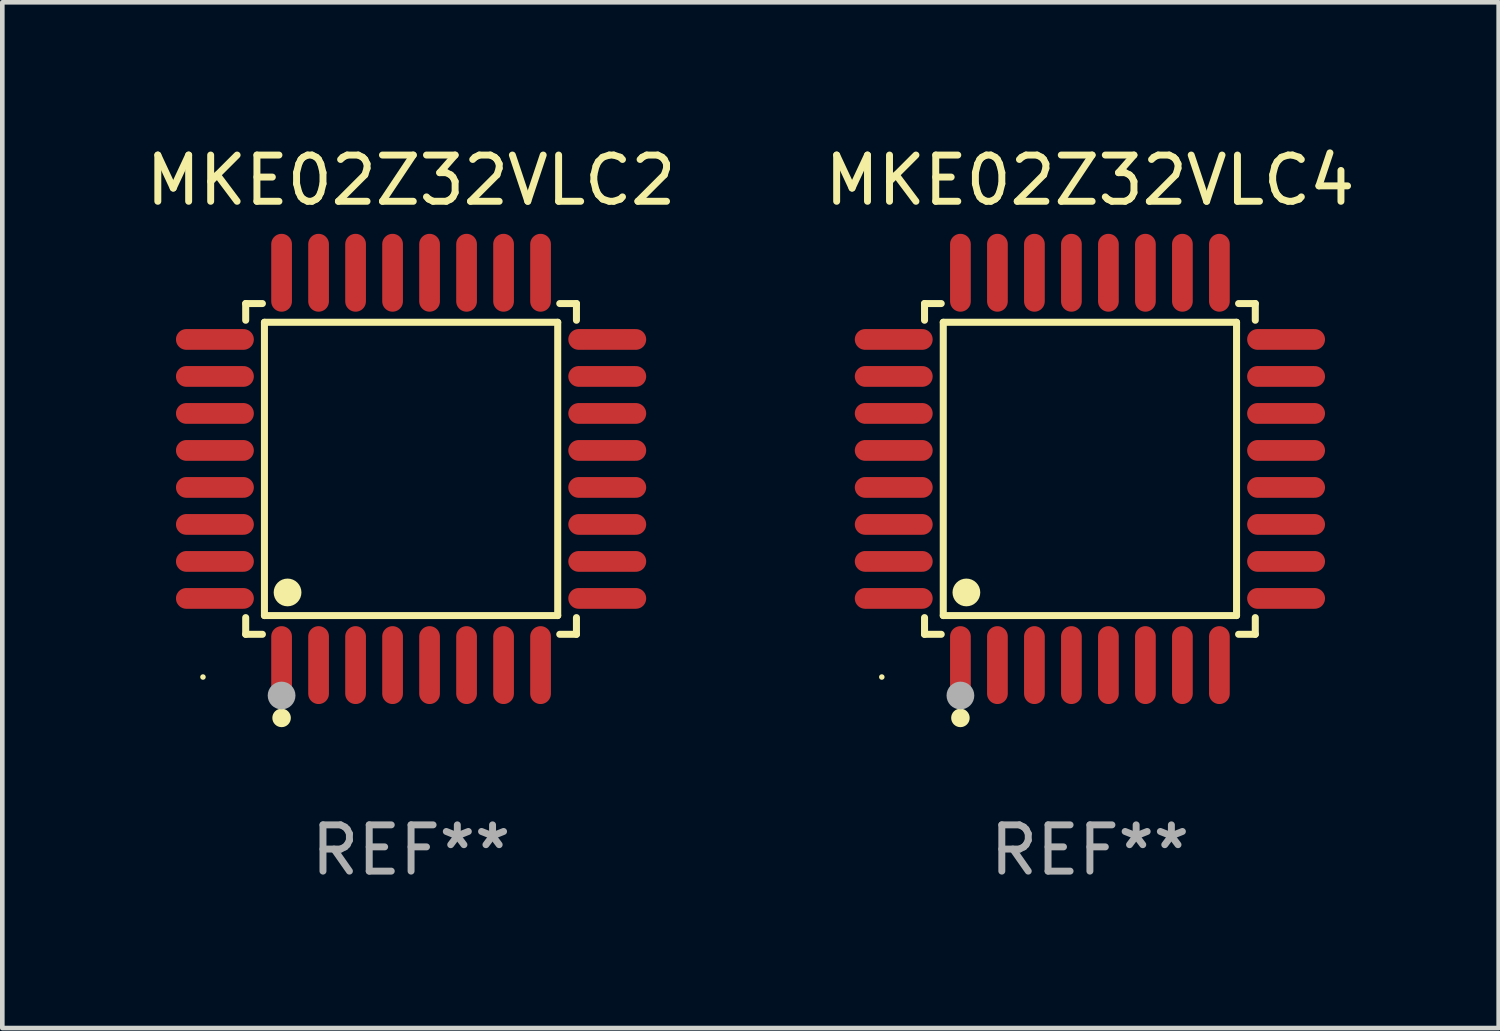
<source format=kicad_pcb>
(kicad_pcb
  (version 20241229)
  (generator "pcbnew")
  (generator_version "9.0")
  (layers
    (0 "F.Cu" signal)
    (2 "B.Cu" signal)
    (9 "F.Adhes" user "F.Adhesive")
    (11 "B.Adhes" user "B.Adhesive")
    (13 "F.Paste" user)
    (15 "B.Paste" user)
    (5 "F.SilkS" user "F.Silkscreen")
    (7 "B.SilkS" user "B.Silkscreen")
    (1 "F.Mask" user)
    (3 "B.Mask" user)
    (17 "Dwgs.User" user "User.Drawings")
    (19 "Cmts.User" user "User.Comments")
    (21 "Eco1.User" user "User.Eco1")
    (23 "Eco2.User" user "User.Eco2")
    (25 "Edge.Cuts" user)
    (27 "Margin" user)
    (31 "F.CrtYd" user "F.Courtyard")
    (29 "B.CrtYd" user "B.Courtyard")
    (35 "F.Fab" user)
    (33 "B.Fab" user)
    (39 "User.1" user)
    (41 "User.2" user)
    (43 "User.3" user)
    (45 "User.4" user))
  (footprint "MKE02Z32VLC4"
    (layer "F.Cu")
    (at 20.518 7.09)
    (property "Reference" "MKE02Z32VLC4" (at 0 -6.242 0) (layer "F.SilkS") (effects (font (size 1 1) (thickness 0.15))))
    (attr through_hole)
    (fp_line (start -3.576 -3.576) (end -3.215 -3.576) (stroke (width 0.152) (type solid)) (layer "F.SilkS"))
    (fp_line (start -3.576 -3.215) (end -3.576 -3.576) (stroke (width 0.152) (type solid)) (layer "F.SilkS"))
    (fp_line (start -3.576 3.215) (end -3.576 3.576) (stroke (width 0.152) (type solid)) (layer "F.SilkS"))
    (fp_line (start -3.576 3.576) (end -3.215 3.576) (stroke (width 0.152) (type solid)) (layer "F.SilkS"))
    (fp_line (start -3.171 -3.171) (end 3.171 -3.171) (stroke (width 0.152) (type solid)) (layer "F.SilkS"))
    (fp_line (start -3.171 3.171) (end -3.171 -3.171) (stroke (width 0.152) (type solid)) (layer "F.SilkS"))
    (fp_line (start 3.171 -3.171) (end 3.171 3.171) (stroke (width 0.152) (type solid)) (layer "F.SilkS"))
    (fp_line (start 3.171 3.171) (end -3.171 3.171) (stroke (width 0.152) (type solid)) (layer "F.SilkS"))
    (fp_line (start 3.576 -3.576) (end 3.215 -3.576) (stroke (width 0.152) (type solid)) (layer "F.SilkS"))
    (fp_line (start 3.576 -3.215) (end 3.576 -3.576) (stroke (width 0.152) (type solid)) (layer "F.SilkS"))
    (fp_line (start 3.576 3.215) (end 3.576 3.576) (stroke (width 0.152) (type solid)) (layer "F.SilkS"))
    (fp_line (start 3.576 3.576) (end 3.215 3.576) (stroke (width 0.152) (type solid)) (layer "F.SilkS"))
    (fp_circle (center -4.5 4.5) (end -4.47 4.5) (stroke (width 0.06) (type solid)) (fill no) (layer "F.SilkS"))
    (fp_circle (center -2.8 5.384) (end -2.7 5.384) (stroke (width 0.2) (type solid)) (fill no) (layer "F.SilkS"))
    (fp_circle (center -2.671 2.671) (end -2.521 2.671) (stroke (width 0.3) (type solid)) (fill no) (layer "F.SilkS"))
    (fp_circle (center -2.8 4.9) (end -2.65 4.9) (stroke (width 0.3) (type solid)) (fill no) (layer "F.Fab"))
    (fp_text user "REF**" (at 0 8.242 0) (layer "F.Fab") (effects (font (size 1 1) (thickness 0.15))))
    (pad "1" smd oval (at -2.8 4.242) (size 0.448 1.684) (layers "F.Cu" "F.Mask" "F.Paste"))
    (pad "2" smd oval (at -2 4.242) (size 0.448 1.684) (layers "F.Cu" "F.Mask" "F.Paste"))
    (pad "3" smd oval (at -1.2 4.242) (size 0.448 1.684) (layers "F.Cu" "F.Mask" "F.Paste"))
    (pad "4" smd oval (at -0.4 4.242) (size 0.448 1.684) (layers "F.Cu" "F.Mask" "F.Paste"))
    (pad "5" smd oval (at 0.4 4.242) (size 0.448 1.684) (layers "F.Cu" "F.Mask" "F.Paste"))
    (pad "6" smd oval (at 1.2 4.242) (size 0.448 1.684) (layers "F.Cu" "F.Mask" "F.Paste"))
    (pad "7" smd oval (at 2 4.242) (size 0.448 1.684) (layers "F.Cu" "F.Mask" "F.Paste"))
    (pad "8" smd oval (at 2.8 4.242) (size 0.448 1.684) (layers "F.Cu" "F.Mask" "F.Paste"))
    (pad "9" smd oval (at 4.242 2.8) (size 1.684 0.448) (layers "F.Cu" "F.Mask" "F.Paste"))
    (pad "10" smd oval (at 4.242 2) (size 1.684 0.448) (layers "F.Cu" "F.Mask" "F.Paste"))
    (pad "11" smd oval (at 4.242 1.2) (size 1.684 0.448) (layers "F.Cu" "F.Mask" "F.Paste"))
    (pad "12" smd oval (at 4.242 0.4) (size 1.684 0.448) (layers "F.Cu" "F.Mask" "F.Paste"))
    (pad "13" smd oval (at 4.242 -0.4) (size 1.684 0.448) (layers "F.Cu" "F.Mask" "F.Paste"))
    (pad "14" smd oval (at 4.242 -1.2) (size 1.684 0.448) (layers "F.Cu" "F.Mask" "F.Paste"))
    (pad "15" smd oval (at 4.242 -2) (size 1.684 0.448) (layers "F.Cu" "F.Mask" "F.Paste"))
    (pad "16" smd oval (at 4.242 -2.8) (size 1.684 0.448) (layers "F.Cu" "F.Mask" "F.Paste"))
    (pad "17" smd oval (at 2.8 -4.242) (size 0.448 1.684) (layers "F.Cu" "F.Mask" "F.Paste"))
    (pad "18" smd oval (at 2 -4.242) (size 0.448 1.684) (layers "F.Cu" "F.Mask" "F.Paste"))
    (pad "19" smd oval (at 1.2 -4.242) (size 0.448 1.684) (layers "F.Cu" "F.Mask" "F.Paste"))
    (pad "20" smd oval (at 0.4 -4.242) (size 0.448 1.684) (layers "F.Cu" "F.Mask" "F.Paste"))
    (pad "21" smd oval (at -0.4 -4.242) (size 0.448 1.684) (layers "F.Cu" "F.Mask" "F.Paste"))
    (pad "22" smd oval (at -1.2 -4.242) (size 0.448 1.684) (layers "F.Cu" "F.Mask" "F.Paste"))
    (pad "23" smd oval (at -2 -4.242) (size 0.448 1.684) (layers "F.Cu" "F.Mask" "F.Paste"))
    (pad "24" smd oval (at -2.8 -4.242) (size 0.448 1.684) (layers "F.Cu" "F.Mask" "F.Paste"))
    (pad "25" smd oval (at -4.242 -2.8) (size 1.684 0.448) (layers "F.Cu" "F.Mask" "F.Paste"))
    (pad "26" smd oval (at -4.242 -2) (size 1.684 0.448) (layers "F.Cu" "F.Mask" "F.Paste"))
    (pad "27" smd oval (at -4.242 -1.2) (size 1.684 0.448) (layers "F.Cu" "F.Mask" "F.Paste"))
    (pad "28" smd oval (at -4.242 -0.4) (size 1.684 0.448) (layers "F.Cu" "F.Mask" "F.Paste"))
    (pad "29" smd oval (at -4.242 0.4) (size 1.684 0.448) (layers "F.Cu" "F.Mask" "F.Paste"))
    (pad "30" smd oval (at -4.242 1.2) (size 1.684 0.448) (layers "F.Cu" "F.Mask" "F.Paste"))
    (pad "31" smd oval (at -4.242 2) (size 1.684 0.448) (layers "F.Cu" "F.Mask" "F.Paste"))
    (pad "32" smd oval (at -4.242 2.8) (size 1.684 0.448) (layers "F.Cu" "F.Mask" "F.Paste")))
  (footprint "MKE02Z32VLC2"
    (layer "F.Cu")
    (at 5.839 7.09)
    (property "Reference" "MKE02Z32VLC2" (at 0 -6.242 0) (layer "F.SilkS") (effects (font (size 1 1) (thickness 0.15))))
    (attr through_hole)
    (fp_line (start -3.576 -3.576) (end -3.215 -3.576) (stroke (width 0.152) (type solid)) (layer "F.SilkS"))
    (fp_line (start -3.576 -3.215) (end -3.576 -3.576) (stroke (width 0.152) (type solid)) (layer "F.SilkS"))
    (fp_line (start -3.576 3.215) (end -3.576 3.576) (stroke (width 0.152) (type solid)) (layer "F.SilkS"))
    (fp_line (start -3.576 3.576) (end -3.215 3.576) (stroke (width 0.152) (type solid)) (layer "F.SilkS"))
    (fp_line (start -3.171 -3.171) (end 3.171 -3.171) (stroke (width 0.152) (type solid)) (layer "F.SilkS"))
    (fp_line (start -3.171 3.171) (end -3.171 -3.171) (stroke (width 0.152) (type solid)) (layer "F.SilkS"))
    (fp_line (start 3.171 -3.171) (end 3.171 3.171) (stroke (width 0.152) (type solid)) (layer "F.SilkS"))
    (fp_line (start 3.171 3.171) (end -3.171 3.171) (stroke (width 0.152) (type solid)) (layer "F.SilkS"))
    (fp_line (start 3.576 -3.576) (end 3.215 -3.576) (stroke (width 0.152) (type solid)) (layer "F.SilkS"))
    (fp_line (start 3.576 -3.215) (end 3.576 -3.576) (stroke (width 0.152) (type solid)) (layer "F.SilkS"))
    (fp_line (start 3.576 3.215) (end 3.576 3.576) (stroke (width 0.152) (type solid)) (layer "F.SilkS"))
    (fp_line (start 3.576 3.576) (end 3.215 3.576) (stroke (width 0.152) (type solid)) (layer "F.SilkS"))
    (fp_circle (center -4.5 4.5) (end -4.47 4.5) (stroke (width 0.06) (type solid)) (fill no) (layer "F.SilkS"))
    (fp_circle (center -2.8 5.384) (end -2.7 5.384) (stroke (width 0.2) (type solid)) (fill no) (layer "F.SilkS"))
    (fp_circle (center -2.671 2.671) (end -2.521 2.671) (stroke (width 0.3) (type solid)) (fill no) (layer "F.SilkS"))
    (fp_circle (center -2.8 4.9) (end -2.65 4.9) (stroke (width 0.3) (type solid)) (fill no) (layer "F.Fab"))
    (fp_text user "REF**" (at 0 8.242 0) (layer "F.Fab") (effects (font (size 1 1) (thickness 0.15))))
    (pad "1" smd oval (at -2.8 4.242) (size 0.448 1.684) (layers "F.Cu" "F.Mask" "F.Paste"))
    (pad "2" smd oval (at -2 4.242) (size 0.448 1.684) (layers "F.Cu" "F.Mask" "F.Paste"))
    (pad "3" smd oval (at -1.2 4.242) (size 0.448 1.684) (layers "F.Cu" "F.Mask" "F.Paste"))
    (pad "4" smd oval (at -0.4 4.242) (size 0.448 1.684) (layers "F.Cu" "F.Mask" "F.Paste"))
    (pad "5" smd oval (at 0.4 4.242) (size 0.448 1.684) (layers "F.Cu" "F.Mask" "F.Paste"))
    (pad "6" smd oval (at 1.2 4.242) (size 0.448 1.684) (layers "F.Cu" "F.Mask" "F.Paste"))
    (pad "7" smd oval (at 2 4.242) (size 0.448 1.684) (layers "F.Cu" "F.Mask" "F.Paste"))
    (pad "8" smd oval (at 2.8 4.242) (size 0.448 1.684) (layers "F.Cu" "F.Mask" "F.Paste"))
    (pad "9" smd oval (at 4.242 2.8) (size 1.684 0.448) (layers "F.Cu" "F.Mask" "F.Paste"))
    (pad "10" smd oval (at 4.242 2) (size 1.684 0.448) (layers "F.Cu" "F.Mask" "F.Paste"))
    (pad "11" smd oval (at 4.242 1.2) (size 1.684 0.448) (layers "F.Cu" "F.Mask" "F.Paste"))
    (pad "12" smd oval (at 4.242 0.4) (size 1.684 0.448) (layers "F.Cu" "F.Mask" "F.Paste"))
    (pad "13" smd oval (at 4.242 -0.4) (size 1.684 0.448) (layers "F.Cu" "F.Mask" "F.Paste"))
    (pad "14" smd oval (at 4.242 -1.2) (size 1.684 0.448) (layers "F.Cu" "F.Mask" "F.Paste"))
    (pad "15" smd oval (at 4.242 -2) (size 1.684 0.448) (layers "F.Cu" "F.Mask" "F.Paste"))
    (pad "16" smd oval (at 4.242 -2.8) (size 1.684 0.448) (layers "F.Cu" "F.Mask" "F.Paste"))
    (pad "17" smd oval (at 2.8 -4.242) (size 0.448 1.684) (layers "F.Cu" "F.Mask" "F.Paste"))
    (pad "18" smd oval (at 2 -4.242) (size 0.448 1.684) (layers "F.Cu" "F.Mask" "F.Paste"))
    (pad "19" smd oval (at 1.2 -4.242) (size 0.448 1.684) (layers "F.Cu" "F.Mask" "F.Paste"))
    (pad "20" smd oval (at 0.4 -4.242) (size 0.448 1.684) (layers "F.Cu" "F.Mask" "F.Paste"))
    (pad "21" smd oval (at -0.4 -4.242) (size 0.448 1.684) (layers "F.Cu" "F.Mask" "F.Paste"))
    (pad "22" smd oval (at -1.2 -4.242) (size 0.448 1.684) (layers "F.Cu" "F.Mask" "F.Paste"))
    (pad "23" smd oval (at -2 -4.242) (size 0.448 1.684) (layers "F.Cu" "F.Mask" "F.Paste"))
    (pad "24" smd oval (at -2.8 -4.242) (size 0.448 1.684) (layers "F.Cu" "F.Mask" "F.Paste"))
    (pad "25" smd oval (at -4.242 -2.8) (size 1.684 0.448) (layers "F.Cu" "F.Mask" "F.Paste"))
    (pad "26" smd oval (at -4.242 -2) (size 1.684 0.448) (layers "F.Cu" "F.Mask" "F.Paste"))
    (pad "27" smd oval (at -4.242 -1.2) (size 1.684 0.448) (layers "F.Cu" "F.Mask" "F.Paste"))
    (pad "28" smd oval (at -4.242 -0.4) (size 1.684 0.448) (layers "F.Cu" "F.Mask" "F.Paste"))
    (pad "29" smd oval (at -4.242 0.4) (size 1.684 0.448) (layers "F.Cu" "F.Mask" "F.Paste"))
    (pad "30" smd oval (at -4.242 1.2) (size 1.684 0.448) (layers "F.Cu" "F.Mask" "F.Paste"))
    (pad "31" smd oval (at -4.242 2) (size 1.684 0.448) (layers "F.Cu" "F.Mask" "F.Paste"))
    (pad "32" smd oval (at -4.242 2.8) (size 1.684 0.448) (layers "F.Cu" "F.Mask" "F.Paste")))
  (gr_rect
    (start -3 -3)
    (end 29.357 19.181)
    (stroke (width 0.1) (type default))
    (fill no)
    (layer "Edge.Cuts")))
</source>
